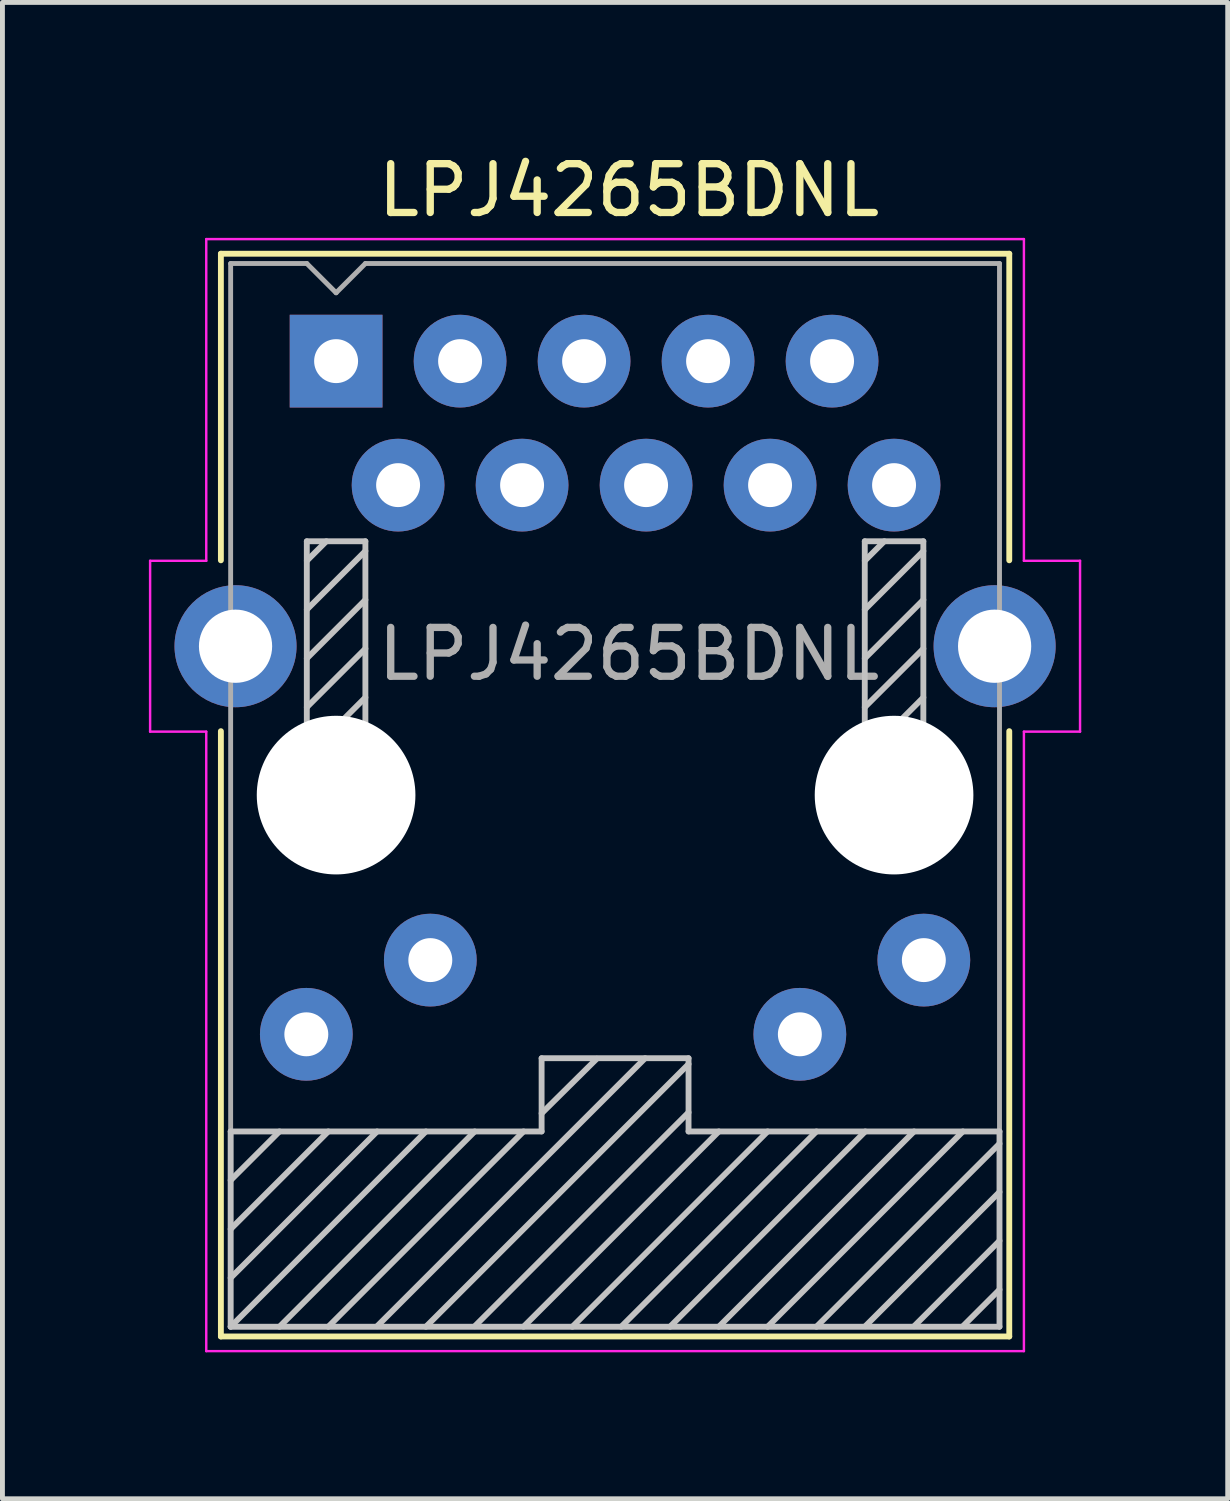
<source format=kicad_pcb>
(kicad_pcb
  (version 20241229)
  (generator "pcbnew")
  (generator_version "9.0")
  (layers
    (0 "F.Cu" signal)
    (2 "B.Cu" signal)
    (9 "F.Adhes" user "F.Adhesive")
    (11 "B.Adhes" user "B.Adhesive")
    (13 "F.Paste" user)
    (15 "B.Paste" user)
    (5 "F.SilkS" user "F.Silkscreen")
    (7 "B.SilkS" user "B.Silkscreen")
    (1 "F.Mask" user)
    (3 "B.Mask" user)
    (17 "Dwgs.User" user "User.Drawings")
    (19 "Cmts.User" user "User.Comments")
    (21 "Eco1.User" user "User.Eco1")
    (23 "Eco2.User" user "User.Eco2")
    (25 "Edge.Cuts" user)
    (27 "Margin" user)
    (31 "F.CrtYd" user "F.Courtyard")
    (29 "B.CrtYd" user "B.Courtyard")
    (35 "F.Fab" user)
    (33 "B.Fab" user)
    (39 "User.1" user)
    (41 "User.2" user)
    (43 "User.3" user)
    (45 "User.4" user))
  (footprint "LPJ4265BDNL"
    (layer "F.Cu")
    (at 3.835 4.348)
    (property "Reference" "LPJ4265BDNL" (at 6 -3.5 0) (layer "F.SilkS") (effects (font (size 1 1) (thickness 0.15))))
    (attr through_hole)
    (fp_line (start -2.36 -2.2) (end 13.79 -2.2) (stroke (width 0.12) (type solid)) (layer "F.SilkS"))
    (fp_line (start -2.36 4.08) (end -2.36 -2.2) (stroke (width 0.12) (type solid)) (layer "F.SilkS"))
    (fp_line (start -2.36 19.98) (end -2.36 7.58) (stroke (width 0.12) (type solid)) (layer "F.SilkS"))
    (fp_line (start 13.79 4.08) (end 13.79 -2.2) (stroke (width 0.12) (type solid)) (layer "F.SilkS"))
    (fp_line (start 13.79 19.98) (end -2.36 19.98) (stroke (width 0.12) (type solid)) (layer "F.SilkS"))
    (fp_line (start 13.79 19.98) (end 13.79 7.58) (stroke (width 0.12) (type solid)) (layer "F.SilkS"))
    (fp_line (start -2.16 15.78) (end 4.21 15.78) (stroke (width 0.12) (type solid)) (layer "Dwgs.User"))
    (fp_line (start -2.16 16.78) (end -1.16 15.78) (stroke (width 0.12) (type solid)) (layer "Dwgs.User"))
    (fp_line (start -2.16 17.78) (end -0.16 15.78) (stroke (width 0.12) (type solid)) (layer "Dwgs.User"))
    (fp_line (start -2.16 18.78) (end 0.84 15.78) (stroke (width 0.12) (type solid)) (layer "Dwgs.User"))
    (fp_line (start -2.16 19.78) (end -2.16 15.78) (stroke (width 0.12) (type solid)) (layer "Dwgs.User"))
    (fp_line (start -2.16 19.78) (end 1.84 15.78) (stroke (width 0.12) (type solid)) (layer "Dwgs.User"))
    (fp_line (start -1.16 19.78) (end 2.84 15.78) (stroke (width 0.12) (type solid)) (layer "Dwgs.User"))
    (fp_line (start -0.6 3.69) (end -0.6 9.09) (stroke (width 0.12) (type solid)) (layer "Dwgs.User"))
    (fp_line (start -0.6 4.09) (end -0.2 3.69) (stroke (width 0.12) (type solid)) (layer "Dwgs.User"))
    (fp_line (start -0.6 5.09) (end 0.6 3.89) (stroke (width 0.12) (type solid)) (layer "Dwgs.User"))
    (fp_line (start -0.6 6.09) (end 0.6 4.89) (stroke (width 0.12) (type solid)) (layer "Dwgs.User"))
    (fp_line (start -0.6 7.09) (end 0.6 5.89) (stroke (width 0.12) (type solid)) (layer "Dwgs.User"))
    (fp_line (start -0.6 8.09) (end 0.6 6.89) (stroke (width 0.12) (type solid)) (layer "Dwgs.User"))
    (fp_line (start -0.6 9.09) (end 0.6 7.89) (stroke (width 0.12) (type solid)) (layer "Dwgs.User"))
    (fp_line (start -0.6 9.09) (end 0.6 9.09) (stroke (width 0.12) (type solid)) (layer "Dwgs.User"))
    (fp_line (start -0.16 19.78) (end 3.84 15.78) (stroke (width 0.12) (type solid)) (layer "Dwgs.User"))
    (fp_line (start 0.6 3.69) (end -0.6 3.69) (stroke (width 0.12) (type solid)) (layer "Dwgs.User"))
    (fp_line (start 0.6 9.09) (end 0.6 3.69) (stroke (width 0.12) (type solid)) (layer "Dwgs.User"))
    (fp_line (start 0.84 19.77) (end 6.33 14.28) (stroke (width 0.12) (type solid)) (layer "Dwgs.User"))
    (fp_line (start 1.84 19.78) (end 7.22 14.4) (stroke (width 0.12) (type solid)) (layer "Dwgs.User"))
    (fp_line (start 2.84 19.77) (end 7.22 15.39) (stroke (width 0.12) (type solid)) (layer "Dwgs.User"))
    (fp_line (start 3.84 19.78) (end 7.84 15.78) (stroke (width 0.12) (type solid)) (layer "Dwgs.User"))
    (fp_line (start 4.21 14.28) (end 7.22 14.28) (stroke (width 0.12) (type solid)) (layer "Dwgs.User"))
    (fp_line (start 4.21 15.41) (end 5.34 14.29) (stroke (width 0.12) (type solid)) (layer "Dwgs.User"))
    (fp_line (start 4.21 15.78) (end 4.21 14.28) (stroke (width 0.12) (type solid)) (layer "Dwgs.User"))
    (fp_line (start 4.84 19.78) (end 8.84 15.78) (stroke (width 0.12) (type solid)) (layer "Dwgs.User"))
    (fp_line (start 5.84 19.78) (end 9.84 15.78) (stroke (width 0.12) (type solid)) (layer "Dwgs.User"))
    (fp_line (start 6.84 19.78) (end 10.84 15.78) (stroke (width 0.12) (type solid)) (layer "Dwgs.User"))
    (fp_line (start 7.22 14.28) (end 7.22 15.78) (stroke (width 0.12) (type solid)) (layer "Dwgs.User"))
    (fp_line (start 7.22 15.78) (end 13.59 15.78) (stroke (width 0.12) (type solid)) (layer "Dwgs.User"))
    (fp_line (start 7.84 19.78) (end 11.84 15.78) (stroke (width 0.12) (type solid)) (layer "Dwgs.User"))
    (fp_line (start 8.84 19.78) (end 12.84 15.78) (stroke (width 0.12) (type solid)) (layer "Dwgs.User"))
    (fp_line (start 9.84 19.78) (end 13.59 16.03) (stroke (width 0.12) (type solid)) (layer "Dwgs.User"))
    (fp_line (start 10.83 3.69) (end 10.83 9.09) (stroke (width 0.12) (type solid)) (layer "Dwgs.User"))
    (fp_line (start 10.83 4.09) (end 11.23 3.69) (stroke (width 0.12) (type solid)) (layer "Dwgs.User"))
    (fp_line (start 10.83 5.09) (end 12.03 3.89) (stroke (width 0.12) (type solid)) (layer "Dwgs.User"))
    (fp_line (start 10.83 6.09) (end 12.03 4.89) (stroke (width 0.12) (type solid)) (layer "Dwgs.User"))
    (fp_line (start 10.83 7.09) (end 12.03 5.89) (stroke (width 0.12) (type solid)) (layer "Dwgs.User"))
    (fp_line (start 10.83 8.09) (end 12.03 6.89) (stroke (width 0.12) (type solid)) (layer "Dwgs.User"))
    (fp_line (start 10.83 9.09) (end 12.03 7.89) (stroke (width 0.12) (type solid)) (layer "Dwgs.User"))
    (fp_line (start 10.83 9.09) (end 12.03 9.09) (stroke (width 0.12) (type solid)) (layer "Dwgs.User"))
    (fp_line (start 10.84 19.77) (end 13.59 17.02) (stroke (width 0.12) (type solid)) (layer "Dwgs.User"))
    (fp_line (start 11.84 19.77) (end 13.59 18.02) (stroke (width 0.12) (type solid)) (layer "Dwgs.User"))
    (fp_line (start 12.03 3.69) (end 10.83 3.69) (stroke (width 0.12) (type solid)) (layer "Dwgs.User"))
    (fp_line (start 12.03 9.09) (end 12.03 3.69) (stroke (width 0.12) (type solid)) (layer "Dwgs.User"))
    (fp_line (start 12.84 19.77) (end 13.59 19.02) (stroke (width 0.12) (type solid)) (layer "Dwgs.User"))
    (fp_line (start 13.59 15.78) (end 13.59 19.78) (stroke (width 0.12) (type solid)) (layer "Dwgs.User"))
    (fp_line (start 13.59 19.78) (end -2.16 19.78) (stroke (width 0.12) (type solid)) (layer "Dwgs.User"))
    (fp_line (start -3.81 4.09) (end -3.81 7.59) (stroke (width 0.05) (type solid)) (layer "F.CrtYd"))
    (fp_line (start -3.81 7.59) (end -2.66 7.59) (stroke (width 0.05) (type solid)) (layer "F.CrtYd"))
    (fp_line (start -2.66 -2.5) (end 14.09 -2.5) (stroke (width 0.05) (type solid)) (layer "F.CrtYd"))
    (fp_line (start -2.66 4.09) (end -3.81 4.09) (stroke (width 0.05) (type solid)) (layer "F.CrtYd"))
    (fp_line (start -2.66 4.09) (end -2.66 -2.5) (stroke (width 0.05) (type solid)) (layer "F.CrtYd"))
    (fp_line (start -2.66 7.59) (end -2.66 20.28) (stroke (width 0.05) (type solid)) (layer "F.CrtYd"))
    (fp_line (start 14.09 -2.5) (end 14.09 4.09) (stroke (width 0.05) (type solid)) (layer "F.CrtYd"))
    (fp_line (start 14.09 4.09) (end 15.24 4.09) (stroke (width 0.05) (type solid)) (layer "F.CrtYd"))
    (fp_line (start 14.09 7.59) (end 14.09 20.28) (stroke (width 0.05) (type solid)) (layer "F.CrtYd"))
    (fp_line (start 14.09 20.28) (end -2.66 20.28) (stroke (width 0.05) (type solid)) (layer "F.CrtYd"))
    (fp_line (start 15.24 4.09) (end 15.24 7.59) (stroke (width 0.05) (type solid)) (layer "F.CrtYd"))
    (fp_line (start 15.24 7.59) (end 14.09 7.59) (stroke (width 0.05) (type solid)) (layer "F.CrtYd"))
    (fp_line (start -2.16 19.78) (end -2.16 -2) (stroke (width 0.1) (type solid)) (layer "F.Fab"))
    (fp_line (start -0.6 -2) (end -2.16 -2) (stroke (width 0.1) (type solid)) (layer "F.Fab"))
    (fp_line (start 0 -1.4) (end -0.6 -2) (stroke (width 0.1) (type solid)) (layer "F.Fab"))
    (fp_line (start 0 -1.4) (end 0.6 -2) (stroke (width 0.1) (type solid)) (layer "F.Fab"))
    (fp_line (start 0.6 -2) (end 13.59 -2) (stroke (width 0.1) (type solid)) (layer "F.Fab"))
    (fp_line (start 13.59 -2) (end 13.59 19.78) (stroke (width 0.1) (type solid)) (layer "F.Fab"))
    (fp_line (start 13.59 19.78) (end -2.16 19.78) (stroke (width 0.1) (type solid)) (layer "F.Fab"))
    (fp_text user "${REFERENCE}" (at 6 6 0) (layer "F.Fab") (effects (font (size 1 1) (thickness 0.15))))
    (pad "" np_thru_hole circle (at 0 8.89) (size 3.25 3.25) (drill 3.25) (layers "*.Cu" "*.Mask"))
    (pad "" np_thru_hole circle (at 11.43 8.89) (size 3.25 3.25) (drill 3.25) (layers "*.Cu" "*.Mask"))
    (pad "1" thru_hole rect (at 0 0) (size 1.9 1.9) (drill 0.9) (layers "*.Cu" "*.Mask"))
    (pad "2" thru_hole circle (at 1.27 2.54) (size 1.9 1.9) (drill 0.9) (layers "*.Cu" "*.Mask"))
    (pad "3" thru_hole circle (at 2.54 0) (size 1.9 1.9) (drill 0.9) (layers "*.Cu" "*.Mask"))
    (pad "4" thru_hole circle (at 3.81 2.54) (size 1.9 1.9) (drill 0.9) (layers "*.Cu" "*.Mask"))
    (pad "5" thru_hole circle (at 5.08 0) (size 1.9 1.9) (drill 0.9) (layers "*.Cu" "*.Mask"))
    (pad "6" thru_hole circle (at 6.35 2.54) (size 1.9 1.9) (drill 0.9) (layers "*.Cu" "*.Mask"))
    (pad "7" thru_hole circle (at 7.62 0) (size 1.9 1.9) (drill 0.9) (layers "*.Cu" "*.Mask"))
    (pad "8" thru_hole circle (at 8.89 2.54) (size 1.9 1.9) (drill 0.9) (layers "*.Cu" "*.Mask"))
    (pad "9" thru_hole circle (at 10.16 0) (size 1.9 1.9) (drill 0.9) (layers "*.Cu" "*.Mask"))
    (pad "10" thru_hole circle (at 11.43 2.54) (size 1.9 1.9) (drill 0.9) (layers "*.Cu" "*.Mask"))
    (pad "11" thru_hole circle (at -0.61 13.79) (size 1.9 1.9) (drill 0.9) (layers "*.Cu" "*.Mask"))
    (pad "12" thru_hole circle (at 1.93 12.27) (size 1.9 1.9) (drill 0.9) (layers "*.Cu" "*.Mask"))
    (pad "13" thru_hole circle (at 9.5 13.79) (size 1.9 1.9) (drill 0.9) (layers "*.Cu" "*.Mask"))
    (pad "14" thru_hole circle (at 12.04 12.27) (size 1.9 1.9) (drill 0.9) (layers "*.Cu" "*.Mask"))
    (pad "SH" thru_hole circle (at -2.06 5.84) (size 2.5 2.5) (drill 1.5) (layers "*.Cu" "*.Mask"))
    (pad "SH" thru_hole circle (at 13.49 5.84) (size 2.5 2.5) (drill 1.5) (layers "*.Cu" "*.Mask")))
  (gr_rect
    (start -3 -3)
    (end 22.1 27.653)
    (stroke (width 0.1) (type default))
    (fill no)
    (layer "Edge.Cuts")))
</source>
